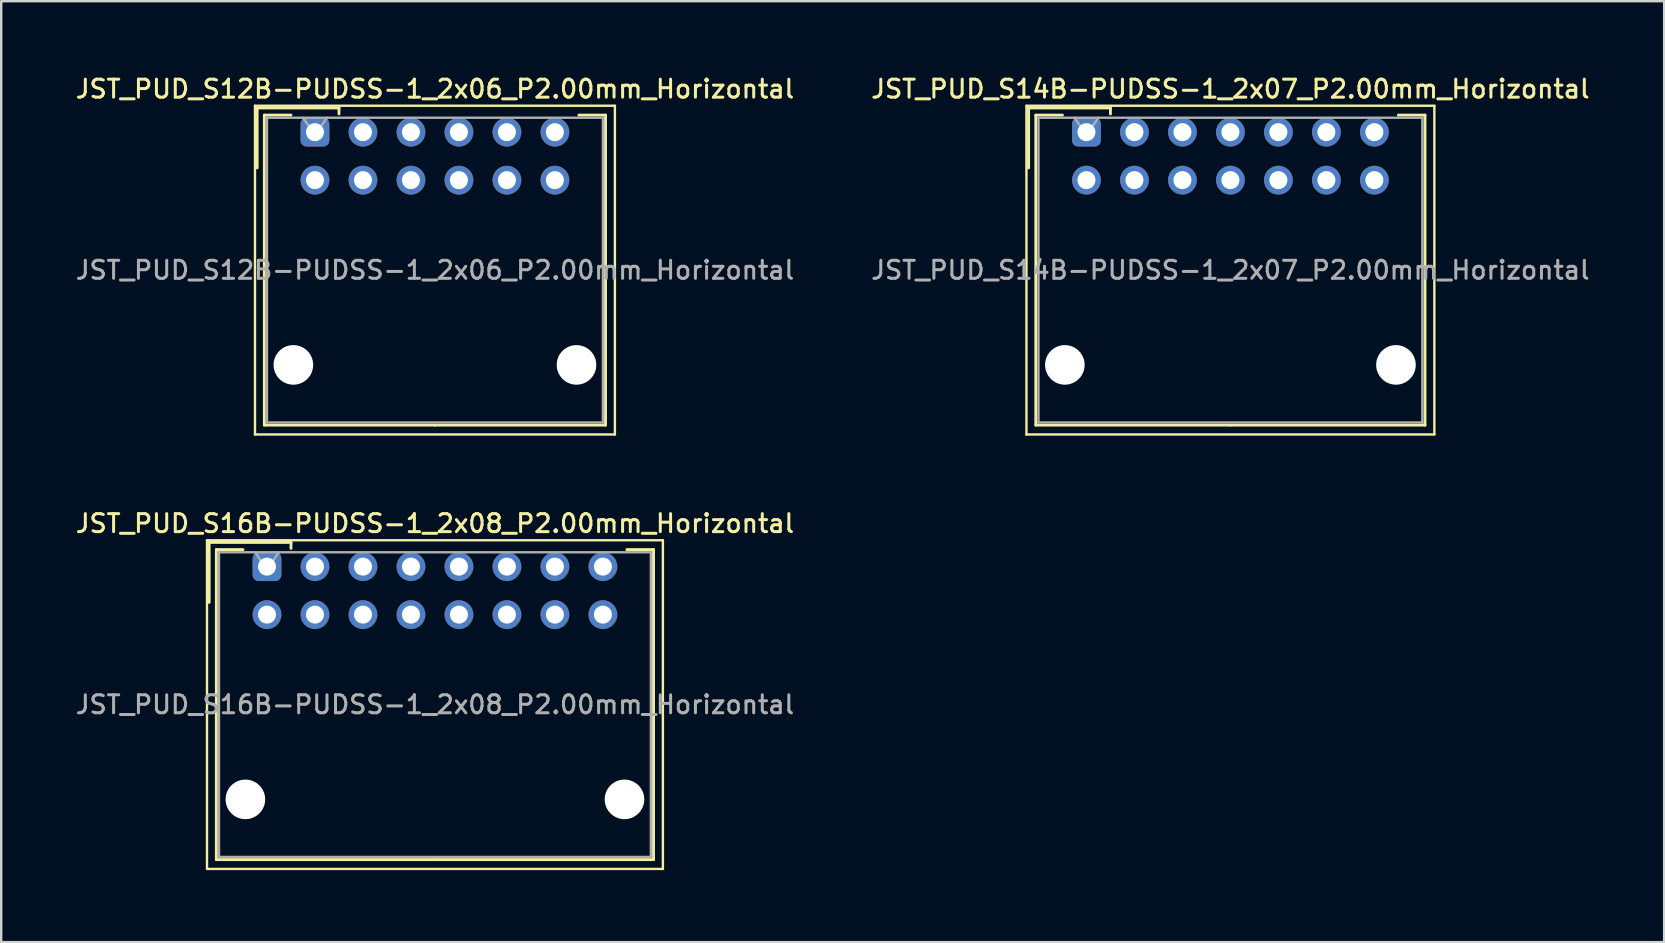
<source format=kicad_pcb>
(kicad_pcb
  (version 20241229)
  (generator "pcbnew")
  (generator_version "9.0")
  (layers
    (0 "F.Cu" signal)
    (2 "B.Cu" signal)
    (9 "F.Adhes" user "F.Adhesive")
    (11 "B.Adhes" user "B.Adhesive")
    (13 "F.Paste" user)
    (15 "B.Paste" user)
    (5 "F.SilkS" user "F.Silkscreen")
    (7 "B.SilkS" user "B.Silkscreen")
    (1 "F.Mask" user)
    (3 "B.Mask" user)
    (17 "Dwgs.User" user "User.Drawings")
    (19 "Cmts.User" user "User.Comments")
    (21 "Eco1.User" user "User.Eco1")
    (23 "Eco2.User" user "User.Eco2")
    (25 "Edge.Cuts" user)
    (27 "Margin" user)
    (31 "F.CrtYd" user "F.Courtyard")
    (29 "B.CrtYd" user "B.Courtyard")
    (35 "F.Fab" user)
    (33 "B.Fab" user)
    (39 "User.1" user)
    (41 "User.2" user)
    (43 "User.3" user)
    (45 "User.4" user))
  (footprint "JST_PUD_S14B-PUDSS-1_2x07_P2.00mm_Horizontal"
    (layer "F.Cu")
    (at 42.23 2.458)
    (property "Reference" "JST_PUD_S14B-PUDSS-1_2x07_P2.00mm_Horizontal" (at 6 -1.8 0) (layer "F.SilkS") (effects (font (size 0.75 0.75) (thickness 0.125))))
    (attr through_hole)
    (fp_line (start -2.5 -1.1) (end -2.5 12.6) (stroke (width 0.1) (type solid)) (layer "F.SilkS"))
    (fp_line (start -2.5 12.6) (end 14.5 12.6) (stroke (width 0.1) (type solid)) (layer "F.SilkS"))
    (fp_line (start -2.41 -1.01) (end -2.41 1.49) (stroke (width 0.12) (type solid)) (layer "F.SilkS"))
    (fp_line (start -2.11 -0.71) (end -2.11 12.21) (stroke (width 0.12) (type solid)) (layer "F.SilkS"))
    (fp_line (start -2.11 12.21) (end 6 12.21) (stroke (width 0.12) (type solid)) (layer "F.SilkS"))
    (fp_line (start -1 -0.71) (end -2.11 -0.71) (stroke (width 0.12) (type solid)) (layer "F.SilkS"))
    (fp_line (start 1 -1.01) (end -2.41 -1.01) (stroke (width 0.12) (type solid)) (layer "F.SilkS"))
    (fp_line (start 1 -0.76) (end 1 -1.01) (stroke (width 0.12) (type solid)) (layer "F.SilkS"))
    (fp_line (start 13 -0.71) (end 14.11 -0.71) (stroke (width 0.12) (type solid)) (layer "F.SilkS"))
    (fp_line (start 14.11 -0.71) (end 14.11 12.21) (stroke (width 0.12) (type solid)) (layer "F.SilkS"))
    (fp_line (start 14.11 12.21) (end 6 12.21) (stroke (width 0.12) (type solid)) (layer "F.SilkS"))
    (fp_line (start 14.5 -1.1) (end -2.5 -1.1) (stroke (width 0.1) (type solid)) (layer "F.SilkS"))
    (fp_line (start 14.5 12.6) (end 14.5 -1.1) (stroke (width 0.1) (type solid)) (layer "F.SilkS"))
    (fp_line (start -2 -0.6) (end -2 12.1) (stroke (width 0.1) (type solid)) (layer "F.Fab"))
    (fp_line (start -2 12.1) (end 14 12.1) (stroke (width 0.1) (type solid)) (layer "F.Fab"))
    (fp_line (start 0 0.107) (end -0.5 -0.6) (stroke (width 0.1) (type solid)) (layer "F.Fab"))
    (fp_line (start 0.5 -0.6) (end 0 0.107) (stroke (width 0.1) (type solid)) (layer "F.Fab"))
    (fp_line (start 14 -0.6) (end -2 -0.6) (stroke (width 0.1) (type solid)) (layer "F.Fab"))
    (fp_line (start 14 12.1) (end 14 -0.6) (stroke (width 0.1) (type solid)) (layer "F.Fab"))
    (fp_text user "${REFERENCE}" (at 6 5.75 0) (layer "F.Fab") (effects (font (size 0.75 0.75) (thickness 0.125))))
    (pad "" np_thru_hole circle (at -0.9 9.7) (size 1.65 1.65) (drill 1.65) (layers "*.Cu" "*.Mask"))
    (pad "" np_thru_hole circle (at 12.9 9.7) (size 1.65 1.65) (drill 1.65) (layers "*.Cu" "*.Mask"))
    (pad "1" thru_hole roundrect (at 0 0) (size 1.2 1.2) (drill 0.75) (layers "*.Cu" "*.Mask") (roundrect_rratio 0.208))
    (pad "2" thru_hole circle (at 0 2) (size 1.2 1.2) (drill 0.75) (layers "*.Cu" "*.Mask"))
    (pad "3" thru_hole circle (at 2 0) (size 1.2 1.2) (drill 0.75) (layers "*.Cu" "*.Mask"))
    (pad "4" thru_hole circle (at 2 2) (size 1.2 1.2) (drill 0.75) (layers "*.Cu" "*.Mask"))
    (pad "5" thru_hole circle (at 4 0) (size 1.2 1.2) (drill 0.75) (layers "*.Cu" "*.Mask"))
    (pad "6" thru_hole circle (at 4 2) (size 1.2 1.2) (drill 0.75) (layers "*.Cu" "*.Mask"))
    (pad "7" thru_hole circle (at 6 0) (size 1.2 1.2) (drill 0.75) (layers "*.Cu" "*.Mask"))
    (pad "8" thru_hole circle (at 6 2) (size 1.2 1.2) (drill 0.75) (layers "*.Cu" "*.Mask"))
    (pad "9" thru_hole circle (at 8 0) (size 1.2 1.2) (drill 0.75) (layers "*.Cu" "*.Mask"))
    (pad "10" thru_hole circle (at 8 2) (size 1.2 1.2) (drill 0.75) (layers "*.Cu" "*.Mask"))
    (pad "11" thru_hole circle (at 10 0) (size 1.2 1.2) (drill 0.75) (layers "*.Cu" "*.Mask"))
    (pad "12" thru_hole circle (at 10 2) (size 1.2 1.2) (drill 0.75) (layers "*.Cu" "*.Mask"))
    (pad "13" thru_hole circle (at 12 0) (size 1.2 1.2) (drill 0.75) (layers "*.Cu" "*.Mask"))
    (pad "14" thru_hole circle (at 12 2) (size 1.2 1.2) (drill 0.75) (layers "*.Cu" "*.Mask")))
  (footprint "JST_PUD_S12B-PUDSS-1_2x06_P2.00mm_Horizontal"
    (layer "F.Cu")
    (at 10.077 2.458)
    (property "Reference" "JST_PUD_S12B-PUDSS-1_2x06_P2.00mm_Horizontal" (at 5 -1.8 0) (layer "F.SilkS") (effects (font (size 0.75 0.75) (thickness 0.125))))
    (attr through_hole)
    (fp_line (start -2.5 -1.1) (end -2.5 12.6) (stroke (width 0.1) (type solid)) (layer "F.SilkS"))
    (fp_line (start -2.5 12.6) (end 12.5 12.6) (stroke (width 0.1) (type solid)) (layer "F.SilkS"))
    (fp_line (start -2.41 -1.01) (end -2.41 1.49) (stroke (width 0.12) (type solid)) (layer "F.SilkS"))
    (fp_line (start -2.11 -0.71) (end -2.11 12.21) (stroke (width 0.12) (type solid)) (layer "F.SilkS"))
    (fp_line (start -2.11 12.21) (end 5 12.21) (stroke (width 0.12) (type solid)) (layer "F.SilkS"))
    (fp_line (start -1 -0.71) (end -2.11 -0.71) (stroke (width 0.12) (type solid)) (layer "F.SilkS"))
    (fp_line (start 1 -1.01) (end -2.41 -1.01) (stroke (width 0.12) (type solid)) (layer "F.SilkS"))
    (fp_line (start 1 -0.76) (end 1 -1.01) (stroke (width 0.12) (type solid)) (layer "F.SilkS"))
    (fp_line (start 11 -0.71) (end 12.11 -0.71) (stroke (width 0.12) (type solid)) (layer "F.SilkS"))
    (fp_line (start 12.11 -0.71) (end 12.11 12.21) (stroke (width 0.12) (type solid)) (layer "F.SilkS"))
    (fp_line (start 12.11 12.21) (end 5 12.21) (stroke (width 0.12) (type solid)) (layer "F.SilkS"))
    (fp_line (start 12.5 -1.1) (end -2.5 -1.1) (stroke (width 0.1) (type solid)) (layer "F.SilkS"))
    (fp_line (start 12.5 12.6) (end 12.5 -1.1) (stroke (width 0.1) (type solid)) (layer "F.SilkS"))
    (fp_line (start -2 -0.6) (end -2 12.1) (stroke (width 0.1) (type solid)) (layer "F.Fab"))
    (fp_line (start -2 12.1) (end 12 12.1) (stroke (width 0.1) (type solid)) (layer "F.Fab"))
    (fp_line (start 0 0.107) (end -0.5 -0.6) (stroke (width 0.1) (type solid)) (layer "F.Fab"))
    (fp_line (start 0.5 -0.6) (end 0 0.107) (stroke (width 0.1) (type solid)) (layer "F.Fab"))
    (fp_line (start 12 -0.6) (end -2 -0.6) (stroke (width 0.1) (type solid)) (layer "F.Fab"))
    (fp_line (start 12 12.1) (end 12 -0.6) (stroke (width 0.1) (type solid)) (layer "F.Fab"))
    (fp_text user "${REFERENCE}" (at 5 5.75 0) (layer "F.Fab") (effects (font (size 0.75 0.75) (thickness 0.125))))
    (pad "" np_thru_hole circle (at -0.9 9.7) (size 1.65 1.65) (drill 1.65) (layers "*.Cu" "*.Mask"))
    (pad "" np_thru_hole circle (at 10.9 9.7) (size 1.65 1.65) (drill 1.65) (layers "*.Cu" "*.Mask"))
    (pad "1" thru_hole roundrect (at 0 0) (size 1.2 1.2) (drill 0.75) (layers "*.Cu" "*.Mask") (roundrect_rratio 0.208))
    (pad "2" thru_hole circle (at 0 2) (size 1.2 1.2) (drill 0.75) (layers "*.Cu" "*.Mask"))
    (pad "3" thru_hole circle (at 2 0) (size 1.2 1.2) (drill 0.75) (layers "*.Cu" "*.Mask"))
    (pad "4" thru_hole circle (at 2 2) (size 1.2 1.2) (drill 0.75) (layers "*.Cu" "*.Mask"))
    (pad "5" thru_hole circle (at 4 0) (size 1.2 1.2) (drill 0.75) (layers "*.Cu" "*.Mask"))
    (pad "6" thru_hole circle (at 4 2) (size 1.2 1.2) (drill 0.75) (layers "*.Cu" "*.Mask"))
    (pad "7" thru_hole circle (at 6 0) (size 1.2 1.2) (drill 0.75) (layers "*.Cu" "*.Mask"))
    (pad "8" thru_hole circle (at 6 2) (size 1.2 1.2) (drill 0.75) (layers "*.Cu" "*.Mask"))
    (pad "9" thru_hole circle (at 8 0) (size 1.2 1.2) (drill 0.75) (layers "*.Cu" "*.Mask"))
    (pad "10" thru_hole circle (at 8 2) (size 1.2 1.2) (drill 0.75) (layers "*.Cu" "*.Mask"))
    (pad "11" thru_hole circle (at 10 0) (size 1.2 1.2) (drill 0.75) (layers "*.Cu" "*.Mask"))
    (pad "12" thru_hole circle (at 10 2) (size 1.2 1.2) (drill 0.75) (layers "*.Cu" "*.Mask")))
  (footprint "JST_PUD_S16B-PUDSS-1_2x08_P2.00mm_Horizontal"
    (layer "F.Cu")
    (at 8.077 20.566)
    (property "Reference" "JST_PUD_S16B-PUDSS-1_2x08_P2.00mm_Horizontal" (at 7 -1.8 0) (layer "F.SilkS") (effects (font (size 0.75 0.75) (thickness 0.125))))
    (attr through_hole)
    (fp_line (start -2.5 -1.1) (end -2.5 12.6) (stroke (width 0.1) (type solid)) (layer "F.SilkS"))
    (fp_line (start -2.5 12.6) (end 16.5 12.6) (stroke (width 0.1) (type solid)) (layer "F.SilkS"))
    (fp_line (start -2.41 -1.01) (end -2.41 1.49) (stroke (width 0.12) (type solid)) (layer "F.SilkS"))
    (fp_line (start -2.11 -0.71) (end -2.11 12.21) (stroke (width 0.12) (type solid)) (layer "F.SilkS"))
    (fp_line (start -2.11 12.21) (end 7 12.21) (stroke (width 0.12) (type solid)) (layer "F.SilkS"))
    (fp_line (start -1 -0.71) (end -2.11 -0.71) (stroke (width 0.12) (type solid)) (layer "F.SilkS"))
    (fp_line (start 1 -1.01) (end -2.41 -1.01) (stroke (width 0.12) (type solid)) (layer "F.SilkS"))
    (fp_line (start 1 -0.76) (end 1 -1.01) (stroke (width 0.12) (type solid)) (layer "F.SilkS"))
    (fp_line (start 15 -0.71) (end 16.11 -0.71) (stroke (width 0.12) (type solid)) (layer "F.SilkS"))
    (fp_line (start 16.11 -0.71) (end 16.11 12.21) (stroke (width 0.12) (type solid)) (layer "F.SilkS"))
    (fp_line (start 16.11 12.21) (end 7 12.21) (stroke (width 0.12) (type solid)) (layer "F.SilkS"))
    (fp_line (start 16.5 -1.1) (end -2.5 -1.1) (stroke (width 0.1) (type solid)) (layer "F.SilkS"))
    (fp_line (start 16.5 12.6) (end 16.5 -1.1) (stroke (width 0.1) (type solid)) (layer "F.SilkS"))
    (fp_line (start -2 -0.6) (end -2 12.1) (stroke (width 0.1) (type solid)) (layer "F.Fab"))
    (fp_line (start -2 12.1) (end 16 12.1) (stroke (width 0.1) (type solid)) (layer "F.Fab"))
    (fp_line (start 0 0.107) (end -0.5 -0.6) (stroke (width 0.1) (type solid)) (layer "F.Fab"))
    (fp_line (start 0.5 -0.6) (end 0 0.107) (stroke (width 0.1) (type solid)) (layer "F.Fab"))
    (fp_line (start 16 -0.6) (end -2 -0.6) (stroke (width 0.1) (type solid)) (layer "F.Fab"))
    (fp_line (start 16 12.1) (end 16 -0.6) (stroke (width 0.1) (type solid)) (layer "F.Fab"))
    (fp_text user "${REFERENCE}" (at 7 5.75 0) (layer "F.Fab") (effects (font (size 0.75 0.75) (thickness 0.125))))
    (pad "" np_thru_hole circle (at -0.9 9.7) (size 1.65 1.65) (drill 1.65) (layers "*.Cu" "*.Mask"))
    (pad "" np_thru_hole circle (at 14.9 9.7) (size 1.65 1.65) (drill 1.65) (layers "*.Cu" "*.Mask"))
    (pad "1" thru_hole roundrect (at 0 0) (size 1.2 1.2) (drill 0.75) (layers "*.Cu" "*.Mask") (roundrect_rratio 0.208))
    (pad "2" thru_hole circle (at 0 2) (size 1.2 1.2) (drill 0.75) (layers "*.Cu" "*.Mask"))
    (pad "3" thru_hole circle (at 2 0) (size 1.2 1.2) (drill 0.75) (layers "*.Cu" "*.Mask"))
    (pad "4" thru_hole circle (at 2 2) (size 1.2 1.2) (drill 0.75) (layers "*.Cu" "*.Mask"))
    (pad "5" thru_hole circle (at 4 0) (size 1.2 1.2) (drill 0.75) (layers "*.Cu" "*.Mask"))
    (pad "6" thru_hole circle (at 4 2) (size 1.2 1.2) (drill 0.75) (layers "*.Cu" "*.Mask"))
    (pad "7" thru_hole circle (at 6 0) (size 1.2 1.2) (drill 0.75) (layers "*.Cu" "*.Mask"))
    (pad "8" thru_hole circle (at 6 2) (size 1.2 1.2) (drill 0.75) (layers "*.Cu" "*.Mask"))
    (pad "9" thru_hole circle (at 8 0) (size 1.2 1.2) (drill 0.75) (layers "*.Cu" "*.Mask"))
    (pad "10" thru_hole circle (at 8 2) (size 1.2 1.2) (drill 0.75) (layers "*.Cu" "*.Mask"))
    (pad "11" thru_hole circle (at 10 0) (size 1.2 1.2) (drill 0.75) (layers "*.Cu" "*.Mask"))
    (pad "12" thru_hole circle (at 10 2) (size 1.2 1.2) (drill 0.75) (layers "*.Cu" "*.Mask"))
    (pad "13" thru_hole circle (at 12 0) (size 1.2 1.2) (drill 0.75) (layers "*.Cu" "*.Mask"))
    (pad "14" thru_hole circle (at 12 2) (size 1.2 1.2) (drill 0.75) (layers "*.Cu" "*.Mask"))
    (pad "15" thru_hole circle (at 14 0) (size 1.2 1.2) (drill 0.75) (layers "*.Cu" "*.Mask"))
    (pad "16" thru_hole circle (at 14 2) (size 1.2 1.2) (drill 0.75) (layers "*.Cu" "*.Mask")))
  (gr_rect
    (start -3 -3)
    (end 66.307 36.216)
    (stroke (width 0.1) (type default))
    (fill no)
    (layer "Edge.Cuts")))
</source>
